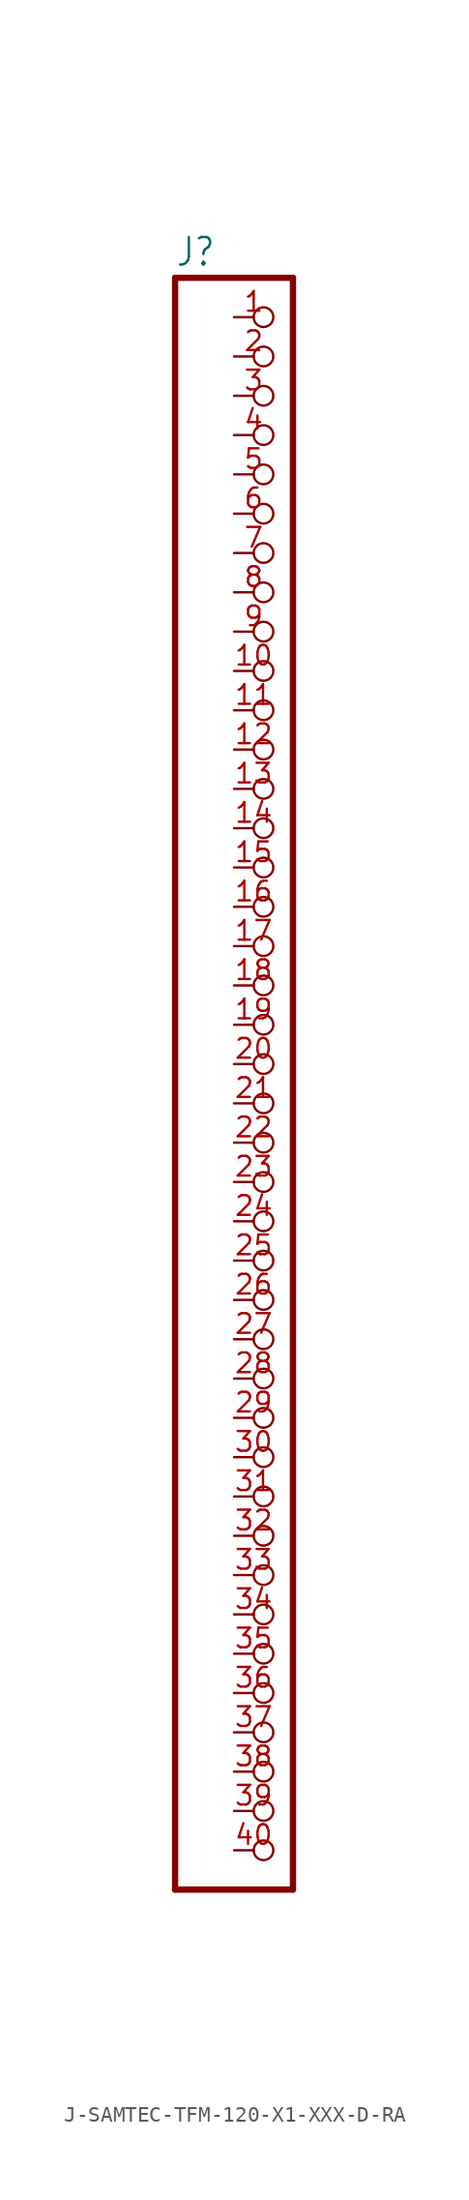
<source format=kicad_sym>
(kicad_symbol_lib
  (version 20220914)
  (generator kicad_symbol_editor)
  (symbol "J-SAMTEC-TFM-120-X1-XXX-D-RA"
    (property "Reference" "J"
      (at -6.35 51.435 0)
      (effects (font (size 1.778 1.511)) (justify left bottom)))
    (property "Value" ""
      (at -6.35 -55.88 0)
      (effects (font (size 1.778 1.511)) (justify left bottom)))
    (property "ki_locked" ""
      (at 0 0 0)
      (effects (font (size 1.27 1.27))))
    (symbol "J-SAMTEC-TFM-120-X1-XXX-D-RA_1_0"
      (polyline (pts (xy -6.35 -53.34) (xy 1.27 -53.34)) (stroke (width 0.406) (type solid)) (fill (type none)))
      (polyline (pts (xy -6.35 50.8) (xy -6.35 -53.34)) (stroke (width 0.406) (type solid)) (fill (type none)))
      (polyline (pts (xy 1.27 -53.34) (xy 1.27 50.8)) (stroke (width 0.406) (type solid)) (fill (type none)))
      (polyline (pts (xy 1.27 50.8) (xy -6.35 50.8)) (stroke (width 0.406) (type solid)) (fill (type none)))
      (pin passive inverted (at -2.54 48.26 0) (length 2.54) (name "1" (effects (font (size 0 0)))) (number "1" (effects (font (size 1.27 1.27)))))
      (pin passive inverted (at -2.54 25.4 0) (length 2.54) (name "10" (effects (font (size 0 0)))) (number "10" (effects (font (size 1.27 1.27)))))
      (pin passive inverted (at -2.54 22.86 0) (length 2.54) (name "11" (effects (font (size 0 0)))) (number "11" (effects (font (size 1.27 1.27)))))
      (pin passive inverted (at -2.54 20.32 0) (length 2.54) (name "12" (effects (font (size 0 0)))) (number "12" (effects (font (size 1.27 1.27)))))
      (pin passive inverted (at -2.54 17.78 0) (length 2.54) (name "13" (effects (font (size 0 0)))) (number "13" (effects (font (size 1.27 1.27)))))
      (pin passive inverted (at -2.54 15.24 0) (length 2.54) (name "14" (effects (font (size 0 0)))) (number "14" (effects (font (size 1.27 1.27)))))
      (pin passive inverted (at -2.54 12.7 0) (length 2.54) (name "15" (effects (font (size 0 0)))) (number "15" (effects (font (size 1.27 1.27)))))
      (pin passive inverted (at -2.54 10.16 0) (length 2.54) (name "16" (effects (font (size 0 0)))) (number "16" (effects (font (size 1.27 1.27)))))
      (pin passive inverted (at -2.54 7.62 0) (length 2.54) (name "17" (effects (font (size 0 0)))) (number "17" (effects (font (size 1.27 1.27)))))
      (pin passive inverted (at -2.54 5.08 0) (length 2.54) (name "18" (effects (font (size 0 0)))) (number "18" (effects (font (size 1.27 1.27)))))
      (pin passive inverted (at -2.54 2.54 0) (length 2.54) (name "19" (effects (font (size 0 0)))) (number "19" (effects (font (size 1.27 1.27)))))
      (pin passive inverted (at -2.54 45.72 0) (length 2.54) (name "2" (effects (font (size 0 0)))) (number "2" (effects (font (size 1.27 1.27)))))
      (pin passive inverted (at -2.54 0 0) (length 2.54) (name "20" (effects (font (size 0 0)))) (number "20" (effects (font (size 1.27 1.27)))))
      (pin passive inverted (at -2.54 -2.54 0) (length 2.54) (name "21" (effects (font (size 0 0)))) (number "21" (effects (font (size 1.27 1.27)))))
      (pin passive inverted (at -2.54 -5.08 0) (length 2.54) (name "22" (effects (font (size 0 0)))) (number "22" (effects (font (size 1.27 1.27)))))
      (pin passive inverted (at -2.54 -7.62 0) (length 2.54) (name "23" (effects (font (size 0 0)))) (number "23" (effects (font (size 1.27 1.27)))))
      (pin passive inverted (at -2.54 -10.16 0) (length 2.54) (name "24" (effects (font (size 0 0)))) (number "24" (effects (font (size 1.27 1.27)))))
      (pin passive inverted (at -2.54 -12.7 0) (length 2.54) (name "25" (effects (font (size 0 0)))) (number "25" (effects (font (size 1.27 1.27)))))
      (pin passive inverted (at -2.54 -15.24 0) (length 2.54) (name "26" (effects (font (size 0 0)))) (number "26" (effects (font (size 1.27 1.27)))))
      (pin passive inverted (at -2.54 -17.78 0) (length 2.54) (name "27" (effects (font (size 0 0)))) (number "27" (effects (font (size 1.27 1.27)))))
      (pin passive inverted (at -2.54 -20.32 0) (length 2.54) (name "28" (effects (font (size 0 0)))) (number "28" (effects (font (size 1.27 1.27)))))
      (pin passive inverted (at -2.54 -22.86 0) (length 2.54) (name "29" (effects (font (size 0 0)))) (number "29" (effects (font (size 1.27 1.27)))))
      (pin passive inverted (at -2.54 43.18 0) (length 2.54) (name "3" (effects (font (size 0 0)))) (number "3" (effects (font (size 1.27 1.27)))))
      (pin passive inverted (at -2.54 -25.4 0) (length 2.54) (name "30" (effects (font (size 0 0)))) (number "30" (effects (font (size 1.27 1.27)))))
      (pin passive inverted (at -2.54 -27.94 0) (length 2.54) (name "31" (effects (font (size 0 0)))) (number "31" (effects (font (size 1.27 1.27)))))
      (pin passive inverted (at -2.54 -30.48 0) (length 2.54) (name "32" (effects (font (size 0 0)))) (number "32" (effects (font (size 1.27 1.27)))))
      (pin passive inverted (at -2.54 -33.02 0) (length 2.54) (name "33" (effects (font (size 0 0)))) (number "33" (effects (font (size 1.27 1.27)))))
      (pin passive inverted (at -2.54 -35.56 0) (length 2.54) (name "34" (effects (font (size 0 0)))) (number "34" (effects (font (size 1.27 1.27)))))
      (pin passive inverted (at -2.54 -38.1 0) (length 2.54) (name "35" (effects (font (size 0 0)))) (number "35" (effects (font (size 1.27 1.27)))))
      (pin passive inverted (at -2.54 -40.64 0) (length 2.54) (name "36" (effects (font (size 0 0)))) (number "36" (effects (font (size 1.27 1.27)))))
      (pin passive inverted (at -2.54 -43.18 0) (length 2.54) (name "37" (effects (font (size 0 0)))) (number "37" (effects (font (size 1.27 1.27)))))
      (pin passive inverted (at -2.54 -45.72 0) (length 2.54) (name "38" (effects (font (size 0 0)))) (number "38" (effects (font (size 1.27 1.27)))))
      (pin passive inverted (at -2.54 -48.26 0) (length 2.54) (name "39" (effects (font (size 0 0)))) (number "39" (effects (font (size 1.27 1.27)))))
      (pin passive inverted (at -2.54 40.64 0) (length 2.54) (name "4" (effects (font (size 0 0)))) (number "4" (effects (font (size 1.27 1.27)))))
      (pin passive inverted (at -2.54 -50.8 0) (length 2.54) (name "40" (effects (font (size 0 0)))) (number "40" (effects (font (size 1.27 1.27)))))
      (pin passive inverted (at -2.54 38.1 0) (length 2.54) (name "5" (effects (font (size 0 0)))) (number "5" (effects (font (size 1.27 1.27)))))
      (pin passive inverted (at -2.54 35.56 0) (length 2.54) (name "6" (effects (font (size 0 0)))) (number "6" (effects (font (size 1.27 1.27)))))
      (pin passive inverted (at -2.54 33.02 0) (length 2.54) (name "7" (effects (font (size 0 0)))) (number "7" (effects (font (size 1.27 1.27)))))
      (pin passive inverted (at -2.54 30.48 0) (length 2.54) (name "8" (effects (font (size 0 0)))) (number "8" (effects (font (size 1.27 1.27)))))
      (pin passive inverted (at -2.54 27.94 0) (length 2.54) (name "9" (effects (font (size 0 0)))) (number "9" (effects (font (size 1.27 1.27))))))))
</source>
